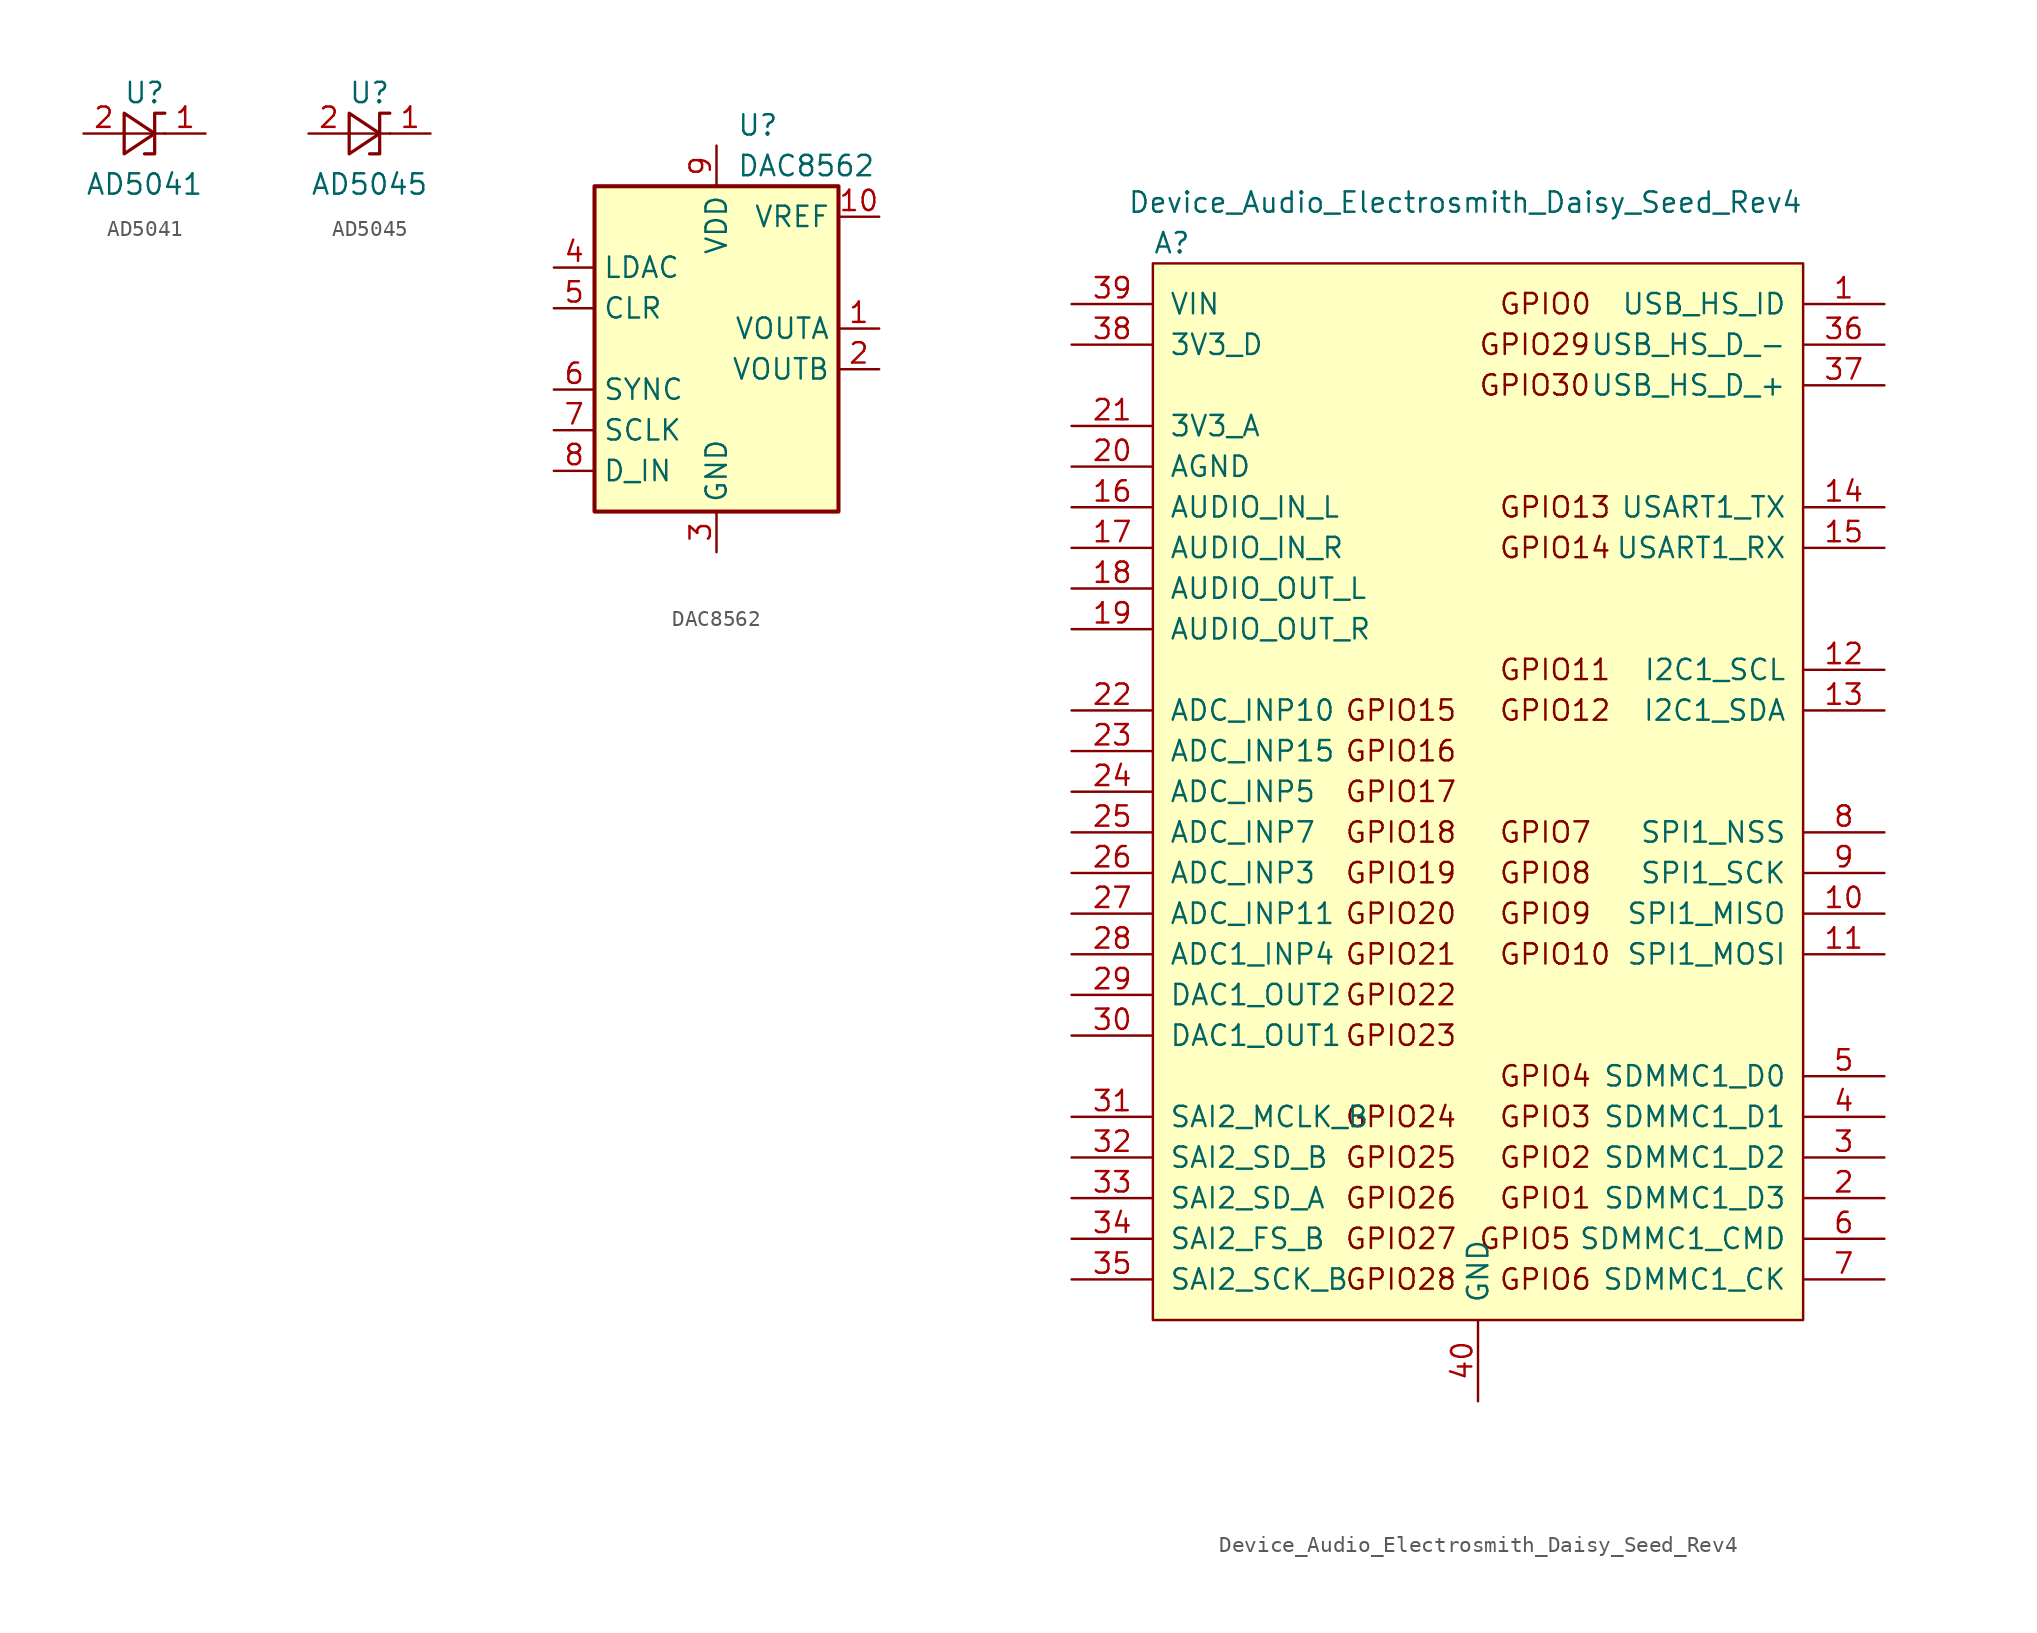
<source format=kicad_sym>
(kicad_symbol_lib
  (version 20201005)
  (generator kicad_symbol_editor)
  (symbol "custom_ic:AD5041"
    (pin_names
      (offset 0.025) hide)
    (property "Reference" "U"
      (at 0 2.54 0)
      (effects (font (size 1.27 1.27))))
    (property "Value" "AD5041"
      (at 0 -3.175 0)
      (effects (font (size 1.27 1.27))))
    (symbol "AD5041_0_1"
      (polyline (pts (xy -1.27 0) (xy 0 0) (xy 1.27 0)) (stroke (width 0)) (fill (type none)))
      (polyline (pts (xy -1.27 -1.27) (xy 0.635 0) (xy -1.27 1.27) (xy -1.27 -1.27)) (stroke (width 0.203)) (fill (type none)))
      (polyline (pts (xy 0 -1.27) (xy 0.635 -1.27) (xy 0.635 1.27) (xy 1.27 1.27)) (stroke (width 0.203)) (fill (type none))))
    (symbol "AD5041_1_1"
      (pin passive line (at 3.81 0 180) (length 2.54) (name "K" (effects (font (size 1.27 1.27)))) (number "1" (effects (font (size 1.27 1.27)))))
      (pin passive line (at -3.81 0 0) (length 2.54) (name "A" (effects (font (size 1.27 1.27)))) (number "2" (effects (font (size 1.27 1.27)))))))
  (symbol "custom_ic:AD5045"
    (pin_names
      (offset 0.025) hide)
    (property "Reference" "U"
      (at 0 2.54 0)
      (effects (font (size 1.27 1.27))))
    (property "Value" "AD5045"
      (at 0 -3.175 0)
      (effects (font (size 1.27 1.27))))
    (symbol "AD5045_0_1"
      (polyline (pts (xy -1.27 0) (xy 0 0) (xy 1.27 0)) (stroke (width 0)) (fill (type none)))
      (polyline (pts (xy -1.27 -1.27) (xy 0.635 0) (xy -1.27 1.27) (xy -1.27 -1.27)) (stroke (width 0.203)) (fill (type none)))
      (polyline (pts (xy 0 -1.27) (xy 0.635 -1.27) (xy 0.635 1.27) (xy 1.27 1.27)) (stroke (width 0.203)) (fill (type none))))
    (symbol "AD5045_1_1"
      (pin passive line (at 3.81 0 180) (length 2.54) (name "K" (effects (font (size 1.27 1.27)))) (number "1" (effects (font (size 1.27 1.27)))))
      (pin passive line (at -3.81 0 0) (length 2.54) (name "A" (effects (font (size 1.27 1.27)))) (number "2" (effects (font (size 1.27 1.27)))))))
  (symbol "custom_ic:DAC8562"
    (property "Reference" "U"
      (at 1.27 13.97 0)
      (effects (font (size 1.27 1.27)) (justify left)))
    (property "Value" "DAC8562"
      (at 1.27 11.43 0)
      (effects (font (size 1.27 1.27)) (justify left)))
    (symbol "DAC8562_0_1"
      (rectangle (start 7.62 10.16) (end -7.62 -10.16) (stroke (width 0.254)) (fill (type background))))
    (symbol "DAC8562_1_1"
      (pin output line (at 10.16 1.27 180) (length 2.54) (name "VOUTA" (effects (font (size 1.27 1.27)))) (number "1" (effects (font (size 1.27 1.27)))))
      (pin output line (at 10.16 8.255 180) (length 2.54) (name "VREF" (effects (font (size 1.27 1.27)))) (number "10" (effects (font (size 1.27 1.27)))))
      (pin output line (at 10.16 -1.27 180) (length 2.54) (name "VOUTB" (effects (font (size 1.27 1.27)))) (number "2" (effects (font (size 1.27 1.27)))))
      (pin power_in line (at 0 -12.7 90) (length 2.54) (name "GND" (effects (font (size 1.27 1.27)))) (number "3" (effects (font (size 1.27 1.27)))))
      (pin input line (at -10.16 5.08 0) (length 2.54) (name "LDAC" (effects (font (size 1.27 1.27)))) (number "4" (effects (font (size 1.27 1.27)))))
      (pin input line (at -10.16 2.54 0) (length 2.54) (name "CLR" (effects (font (size 1.27 1.27)))) (number "5" (effects (font (size 1.27 1.27)))))
      (pin input line (at -10.16 -2.54 0) (length 2.54) (name "SYNC" (effects (font (size 1.27 1.27)))) (number "6" (effects (font (size 1.27 1.27)))))
      (pin input line (at -10.16 -5.08 0) (length 2.54) (name "SCLK" (effects (font (size 1.27 1.27)))) (number "7" (effects (font (size 1.27 1.27)))))
      (pin power_in line (at -10.16 -7.62 0) (length 2.54) (name "D_IN" (effects (font (size 1.27 1.27)))) (number "8" (effects (font (size 1.27 1.27)))))
      (pin output line (at 0 12.7 270) (length 2.54) (name "VDD" (effects (font (size 1.27 1.27)))) (number "9" (effects (font (size 1.27 1.27)))))))
  (symbol "custom_ic:Device_Audio_Electrosmith_Daisy_Seed_Rev4"
    (pin_names
      (offset 1.016))
    (property "Reference" "A"
      (at -20.32 34.29 0)
      (effects (font (size 1.27 1.27)) (justify left)))
    (property "Value" "Device_Audio_Electrosmith_Daisy_Seed_Rev4"
      (at 20.32 36.83 0)
      (effects (font (size 1.27 1.27)) (justify right)))
    (symbol "Device_Audio_Electrosmith_Daisy_Seed_Rev4_0_0"
      (text "GPIO0" (at 1.27 30.48 0) (effects (font (size 1.27 1.27)) (justify left)))
      (text "GPIO1" (at 1.27 -25.4 0) (effects (font (size 1.27 1.27)) (justify left)))
      (text "GPIO10" (at 1.27 -10.16 0) (effects (font (size 1.27 1.27)) (justify left)))
      (text "GPIO11" (at 1.27 7.62 0) (effects (font (size 1.27 1.27)) (justify left)))
      (text "GPIO12" (at 1.27 5.08 0) (effects (font (size 1.27 1.27)) (justify left)))
      (text "GPIO13" (at 1.27 17.78 0) (effects (font (size 1.27 1.27)) (justify left)))
      (text "GPIO14" (at 1.27 15.24 0) (effects (font (size 1.27 1.27)) (justify left)))
      (text "GPIO15" (at -1.27 5.08 0) (effects (font (size 1.27 1.27)) (justify right)))
      (text "GPIO16" (at -1.27 2.54 0) (effects (font (size 1.27 1.27)) (justify right)))
      (text "GPIO17" (at -1.27 0 0) (effects (font (size 1.27 1.27)) (justify right)))
      (text "GPIO18" (at -1.27 -2.54 0) (effects (font (size 1.27 1.27)) (justify right)))
      (text "GPIO19" (at -1.27 -5.08 0) (effects (font (size 1.27 1.27)) (justify right)))
      (text "GPIO2" (at 1.27 -22.86 0) (effects (font (size 1.27 1.27)) (justify left)))
      (text "GPIO20" (at -1.27 -7.62 0) (effects (font (size 1.27 1.27)) (justify right)))
      (text "GPIO21" (at -1.27 -10.16 0) (effects (font (size 1.27 1.27)) (justify right)))
      (text "GPIO22" (at -1.27 -12.7 0) (effects (font (size 1.27 1.27)) (justify right)))
      (text "GPIO23" (at -1.27 -15.24 0) (effects (font (size 1.27 1.27)) (justify right)))
      (text "GPIO24" (at -1.27 -20.32 0) (effects (font (size 1.27 1.27)) (justify right)))
      (text "GPIO25" (at -1.27 -22.86 0) (effects (font (size 1.27 1.27)) (justify right)))
      (text "GPIO26" (at -1.27 -25.4 0) (effects (font (size 1.27 1.27)) (justify right)))
      (text "GPIO27" (at -1.27 -27.94 0) (effects (font (size 1.27 1.27)) (justify right)))
      (text "GPIO28" (at -1.27 -30.48 0) (effects (font (size 1.27 1.27)) (justify right)))
      (text "GPIO29" (at 0 27.94 0) (effects (font (size 1.27 1.27)) (justify left)))
      (text "GPIO3" (at 1.27 -20.32 0) (effects (font (size 1.27 1.27)) (justify left)))
      (text "GPIO30" (at 0 25.4 0) (effects (font (size 1.27 1.27)) (justify left)))
      (text "GPIO4" (at 1.27 -17.78 0) (effects (font (size 1.27 1.27)) (justify left)))
      (text "GPIO5" (at 0 -27.94 0) (effects (font (size 1.27 1.27)) (justify left)))
      (text "GPIO6" (at 1.27 -30.48 0) (effects (font (size 1.27 1.27)) (justify left)))
      (text "GPIO7" (at 1.27 -2.54 0) (effects (font (size 1.27 1.27)) (justify left)))
      (text "GPIO8" (at 1.27 -5.08 0) (effects (font (size 1.27 1.27)) (justify left)))
      (text "GPIO9" (at 1.27 -7.62 0) (effects (font (size 1.27 1.27)) (justify left)))
      (pin bidirectional line (at 25.4 30.48 180) (length 5.08) (name "USB_HS_ID" (effects (font (size 1.27 1.27)))) (number "1" (effects (font (size 1.27 1.27)))))
      (pin bidirectional line (at 25.4 -7.62 180) (length 5.08) (name "SPI1_MISO" (effects (font (size 1.27 1.27)))) (number "10" (effects (font (size 1.27 1.27)))))
      (pin bidirectional line (at 25.4 -10.16 180) (length 5.08) (name "SPI1_MOSI" (effects (font (size 1.27 1.27)))) (number "11" (effects (font (size 1.27 1.27)))))
      (pin bidirectional line (at 25.4 7.62 180) (length 5.08) (name "I2C1_SCL" (effects (font (size 1.27 1.27)))) (number "12" (effects (font (size 1.27 1.27)))))
      (pin bidirectional line (at 25.4 5.08 180) (length 5.08) (name "I2C1_SDA" (effects (font (size 1.27 1.27)))) (number "13" (effects (font (size 1.27 1.27)))))
      (pin bidirectional line (at 25.4 17.78 180) (length 5.08) (name "USART1_TX" (effects (font (size 1.27 1.27)))) (number "14" (effects (font (size 1.27 1.27)))))
      (pin bidirectional line (at 25.4 15.24 180) (length 5.08) (name "USART1_RX" (effects (font (size 1.27 1.27)))) (number "15" (effects (font (size 1.27 1.27)))))
      (pin input line (at -25.4 17.78 0) (length 5.08) (name "AUDIO_IN_L" (effects (font (size 1.27 1.27)))) (number "16" (effects (font (size 1.27 1.27)))))
      (pin input line (at -25.4 15.24 0) (length 5.08) (name "AUDIO_IN_R" (effects (font (size 1.27 1.27)))) (number "17" (effects (font (size 1.27 1.27)))))
      (pin output line (at -25.4 12.7 0) (length 5.08) (name "AUDIO_OUT_L" (effects (font (size 1.27 1.27)))) (number "18" (effects (font (size 1.27 1.27)))))
      (pin output line (at -25.4 10.16 0) (length 5.08) (name "AUDIO_OUT_R" (effects (font (size 1.27 1.27)))) (number "19" (effects (font (size 1.27 1.27)))))
      (pin bidirectional line (at 25.4 -25.4 180) (length 5.08) (name "SDMMC1_D3" (effects (font (size 1.27 1.27)))) (number "2" (effects (font (size 1.27 1.27)))))
      (pin passive line (at -25.4 20.32 0) (length 5.08) (name "AGND" (effects (font (size 1.27 1.27)))) (number "20" (effects (font (size 1.27 1.27)))))
      (pin power_out line (at -25.4 22.86 0) (length 5.08) (name "3V3_A" (effects (font (size 1.27 1.27)))) (number "21" (effects (font (size 1.27 1.27)))))
      (pin bidirectional line (at -25.4 5.08 0) (length 5.08) (name "ADC_INP10" (effects (font (size 1.27 1.27)))) (number "22" (effects (font (size 1.27 1.27)))))
      (pin bidirectional line (at -25.4 2.54 0) (length 5.08) (name "ADC_INP15" (effects (font (size 1.27 1.27)))) (number "23" (effects (font (size 1.27 1.27)))))
      (pin bidirectional line (at -25.4 0 0) (length 5.08) (name "ADC_INP5" (effects (font (size 1.27 1.27)))) (number "24" (effects (font (size 1.27 1.27)))))
      (pin bidirectional line (at -25.4 -2.54 0) (length 5.08) (name "ADC_INP7" (effects (font (size 1.27 1.27)))) (number "25" (effects (font (size 1.27 1.27)))))
      (pin bidirectional line (at -25.4 -5.08 0) (length 5.08) (name "ADC_INP3" (effects (font (size 1.27 1.27)))) (number "26" (effects (font (size 1.27 1.27)))))
      (pin bidirectional line (at -25.4 -7.62 0) (length 5.08) (name "ADC_INP11" (effects (font (size 1.27 1.27)))) (number "27" (effects (font (size 1.27 1.27)))))
      (pin bidirectional line (at -25.4 -10.16 0) (length 5.08) (name "ADC1_INP4" (effects (font (size 1.27 1.27)))) (number "28" (effects (font (size 1.27 1.27)))))
      (pin bidirectional line (at -25.4 -12.7 0) (length 5.08) (name "DAC1_OUT2" (effects (font (size 1.27 1.27)))) (number "29" (effects (font (size 1.27 1.27)))))
      (pin bidirectional line (at 25.4 -22.86 180) (length 5.08) (name "SDMMC1_D2" (effects (font (size 1.27 1.27)))) (number "3" (effects (font (size 1.27 1.27)))))
      (pin bidirectional line (at -25.4 -15.24 0) (length 5.08) (name "DAC1_OUT1" (effects (font (size 1.27 1.27)))) (number "30" (effects (font (size 1.27 1.27)))))
      (pin bidirectional line (at -25.4 -20.32 0) (length 5.08) (name "SAI2_MCLK_B" (effects (font (size 1.27 1.27)))) (number "31" (effects (font (size 1.27 1.27)))))
      (pin bidirectional line (at -25.4 -22.86 0) (length 5.08) (name "SAI2_SD_B" (effects (font (size 1.27 1.27)))) (number "32" (effects (font (size 1.27 1.27)))))
      (pin bidirectional line (at -25.4 -25.4 0) (length 5.08) (name "SAI2_SD_A" (effects (font (size 1.27 1.27)))) (number "33" (effects (font (size 1.27 1.27)))))
      (pin bidirectional line (at -25.4 -27.94 0) (length 5.08) (name "SAI2_FS_B" (effects (font (size 1.27 1.27)))) (number "34" (effects (font (size 1.27 1.27)))))
      (pin bidirectional line (at -25.4 -30.48 0) (length 5.08) (name "SAI2_SCK_B" (effects (font (size 1.27 1.27)))) (number "35" (effects (font (size 1.27 1.27)))))
      (pin bidirectional line (at 25.4 27.94 180) (length 5.08) (name "USB_HS_D_-" (effects (font (size 1.27 1.27)))) (number "36" (effects (font (size 1.27 1.27)))))
      (pin bidirectional line (at 25.4 25.4 180) (length 5.08) (name "USB_HS_D_+" (effects (font (size 1.27 1.27)))) (number "37" (effects (font (size 1.27 1.27)))))
      (pin power_out line (at -25.4 27.94 0) (length 5.08) (name "3V3_D" (effects (font (size 1.27 1.27)))) (number "38" (effects (font (size 1.27 1.27)))))
      (pin power_in line (at -25.4 30.48 0) (length 5.08) (name "VIN" (effects (font (size 1.27 1.27)))) (number "39" (effects (font (size 1.27 1.27)))))
      (pin bidirectional line (at 25.4 -20.32 180) (length 5.08) (name "SDMMC1_D1" (effects (font (size 1.27 1.27)))) (number "4" (effects (font (size 1.27 1.27)))))
      (pin passive line (at 0 -38.1 90) (length 5.08) (name "GND" (effects (font (size 1.27 1.27)))) (number "40" (effects (font (size 1.27 1.27)))))
      (pin bidirectional line (at 25.4 -17.78 180) (length 5.08) (name "SDMMC1_D0" (effects (font (size 1.27 1.27)))) (number "5" (effects (font (size 1.27 1.27)))))
      (pin bidirectional line (at 25.4 -27.94 180) (length 5.08) (name "SDMMC1_CMD" (effects (font (size 1.27 1.27)))) (number "6" (effects (font (size 1.27 1.27)))))
      (pin bidirectional line (at 25.4 -30.48 180) (length 5.08) (name "SDMMC1_CK" (effects (font (size 1.27 1.27)))) (number "7" (effects (font (size 1.27 1.27)))))
      (pin bidirectional line (at 25.4 -2.54 180) (length 5.08) (name "SPI1_NSS" (effects (font (size 1.27 1.27)))) (number "8" (effects (font (size 1.27 1.27)))))
      (pin bidirectional line (at 25.4 -5.08 180) (length 5.08) (name "SPI1_SCK" (effects (font (size 1.27 1.27)))) (number "9" (effects (font (size 1.27 1.27))))))
    (symbol "Device_Audio_Electrosmith_Daisy_Seed_Rev4_0_1"
      (rectangle (start -20.32 33.02) (end 20.32 -33.02) (stroke (width 0)) (fill (type background))))))
</source>
